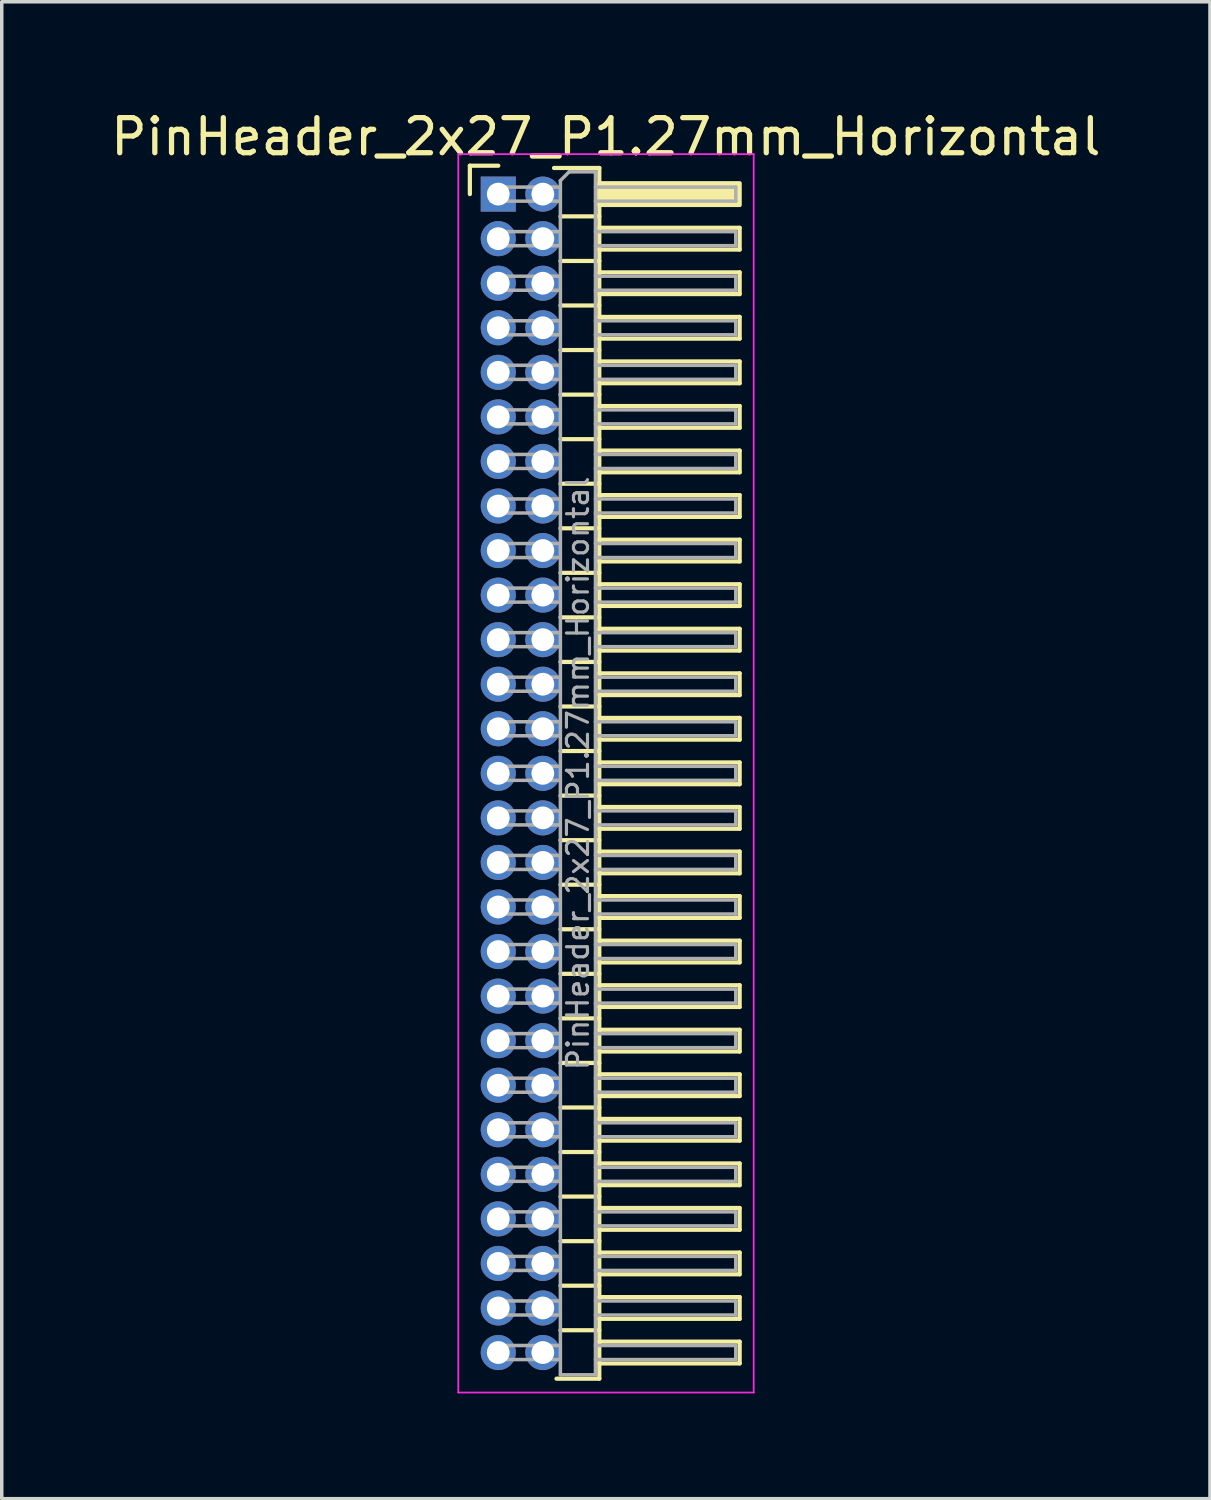
<source format=kicad_pcb>
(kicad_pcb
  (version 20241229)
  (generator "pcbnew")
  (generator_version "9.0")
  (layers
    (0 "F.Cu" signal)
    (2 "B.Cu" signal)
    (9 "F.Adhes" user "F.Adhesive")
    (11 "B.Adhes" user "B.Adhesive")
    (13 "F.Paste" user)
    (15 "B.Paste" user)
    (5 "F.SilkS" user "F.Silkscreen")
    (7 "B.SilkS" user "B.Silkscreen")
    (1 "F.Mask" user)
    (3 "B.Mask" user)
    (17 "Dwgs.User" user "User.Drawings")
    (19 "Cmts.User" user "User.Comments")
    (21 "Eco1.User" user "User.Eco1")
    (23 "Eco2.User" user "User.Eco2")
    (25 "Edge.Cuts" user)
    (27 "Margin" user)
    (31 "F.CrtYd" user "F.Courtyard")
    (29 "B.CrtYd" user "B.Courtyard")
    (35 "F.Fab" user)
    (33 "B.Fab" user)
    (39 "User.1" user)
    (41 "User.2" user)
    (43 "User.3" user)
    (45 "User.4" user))
  (footprint "PinHeader_2x27_P1.27mm_Horizontal"
    (layer "F.Cu")
    (at 11.153 2.483)
    (property "Reference" "PinHeader_2x27_P1.27mm_Horizontal" (at 3.067 -1.635 0) (layer "F.SilkS") (effects (font (size 1 1) (thickness 0.15))))
    (attr through_hole)
    (fp_line (start -0.81 -0.81) (end 0 -0.81) (stroke (width 0.12) (type solid)) (layer "F.SilkS"))
    (fp_line (start -0.81 0) (end -0.81 -0.81) (stroke (width 0.12) (type solid)) (layer "F.SilkS"))
    (fp_line (start 1.588 -0.745) (end 2.88 -0.745) (stroke (width 0.12) (type solid)) (layer "F.SilkS"))
    (fp_line (start 1.773 0.635) (end 2.88 0.635) (stroke (width 0.12) (type solid)) (layer "F.SilkS"))
    (fp_line (start 1.773 1.905) (end 2.88 1.905) (stroke (width 0.12) (type solid)) (layer "F.SilkS"))
    (fp_line (start 1.773 3.175) (end 2.88 3.175) (stroke (width 0.12) (type solid)) (layer "F.SilkS"))
    (fp_line (start 1.773 4.445) (end 2.88 4.445) (stroke (width 0.12) (type solid)) (layer "F.SilkS"))
    (fp_line (start 1.773 5.715) (end 2.88 5.715) (stroke (width 0.12) (type solid)) (layer "F.SilkS"))
    (fp_line (start 1.773 6.985) (end 2.88 6.985) (stroke (width 0.12) (type solid)) (layer "F.SilkS"))
    (fp_line (start 1.773 8.255) (end 2.88 8.255) (stroke (width 0.12) (type solid)) (layer "F.SilkS"))
    (fp_line (start 1.773 9.525) (end 2.88 9.525) (stroke (width 0.12) (type solid)) (layer "F.SilkS"))
    (fp_line (start 1.773 10.795) (end 2.88 10.795) (stroke (width 0.12) (type solid)) (layer "F.SilkS"))
    (fp_line (start 1.773 12.065) (end 2.88 12.065) (stroke (width 0.12) (type solid)) (layer "F.SilkS"))
    (fp_line (start 1.773 13.335) (end 2.88 13.335) (stroke (width 0.12) (type solid)) (layer "F.SilkS"))
    (fp_line (start 1.773 14.605) (end 2.88 14.605) (stroke (width 0.12) (type solid)) (layer "F.SilkS"))
    (fp_line (start 1.773 15.875) (end 2.88 15.875) (stroke (width 0.12) (type solid)) (layer "F.SilkS"))
    (fp_line (start 1.773 17.145) (end 2.88 17.145) (stroke (width 0.12) (type solid)) (layer "F.SilkS"))
    (fp_line (start 1.773 18.415) (end 2.88 18.415) (stroke (width 0.12) (type solid)) (layer "F.SilkS"))
    (fp_line (start 1.773 19.685) (end 2.88 19.685) (stroke (width 0.12) (type solid)) (layer "F.SilkS"))
    (fp_line (start 1.773 20.955) (end 2.88 20.955) (stroke (width 0.12) (type solid)) (layer "F.SilkS"))
    (fp_line (start 1.773 22.225) (end 2.88 22.225) (stroke (width 0.12) (type solid)) (layer "F.SilkS"))
    (fp_line (start 1.773 23.495) (end 2.88 23.495) (stroke (width 0.12) (type solid)) (layer "F.SilkS"))
    (fp_line (start 1.773 24.765) (end 2.88 24.765) (stroke (width 0.12) (type solid)) (layer "F.SilkS"))
    (fp_line (start 1.773 26.035) (end 2.88 26.035) (stroke (width 0.12) (type solid)) (layer "F.SilkS"))
    (fp_line (start 1.773 27.305) (end 2.88 27.305) (stroke (width 0.12) (type solid)) (layer "F.SilkS"))
    (fp_line (start 1.773 28.575) (end 2.88 28.575) (stroke (width 0.12) (type solid)) (layer "F.SilkS"))
    (fp_line (start 1.773 29.845) (end 2.88 29.845) (stroke (width 0.12) (type solid)) (layer "F.SilkS"))
    (fp_line (start 1.773 31.115) (end 2.88 31.115) (stroke (width 0.12) (type solid)) (layer "F.SilkS"))
    (fp_line (start 1.773 32.385) (end 2.88 32.385) (stroke (width 0.12) (type solid)) (layer "F.SilkS"))
    (fp_line (start 2.88 -0.745) (end 2.88 33.765) (stroke (width 0.12) (type solid)) (layer "F.SilkS"))
    (fp_line (start 2.88 0.96) (end 6.88 0.96) (stroke (width 0.12) (type solid)) (layer "F.SilkS"))
    (fp_line (start 2.88 2.23) (end 6.88 2.23) (stroke (width 0.12) (type solid)) (layer "F.SilkS"))
    (fp_line (start 2.88 3.5) (end 6.88 3.5) (stroke (width 0.12) (type solid)) (layer "F.SilkS"))
    (fp_line (start 2.88 4.77) (end 6.88 4.77) (stroke (width 0.12) (type solid)) (layer "F.SilkS"))
    (fp_line (start 2.88 6.04) (end 6.88 6.04) (stroke (width 0.12) (type solid)) (layer "F.SilkS"))
    (fp_line (start 2.88 7.31) (end 6.88 7.31) (stroke (width 0.12) (type solid)) (layer "F.SilkS"))
    (fp_line (start 2.88 8.58) (end 6.88 8.58) (stroke (width 0.12) (type solid)) (layer "F.SilkS"))
    (fp_line (start 2.88 9.85) (end 6.88 9.85) (stroke (width 0.12) (type solid)) (layer "F.SilkS"))
    (fp_line (start 2.88 11.12) (end 6.88 11.12) (stroke (width 0.12) (type solid)) (layer "F.SilkS"))
    (fp_line (start 2.88 12.39) (end 6.88 12.39) (stroke (width 0.12) (type solid)) (layer "F.SilkS"))
    (fp_line (start 2.88 13.66) (end 6.88 13.66) (stroke (width 0.12) (type solid)) (layer "F.SilkS"))
    (fp_line (start 2.88 14.93) (end 6.88 14.93) (stroke (width 0.12) (type solid)) (layer "F.SilkS"))
    (fp_line (start 2.88 16.2) (end 6.88 16.2) (stroke (width 0.12) (type solid)) (layer "F.SilkS"))
    (fp_line (start 2.88 17.47) (end 6.88 17.47) (stroke (width 0.12) (type solid)) (layer "F.SilkS"))
    (fp_line (start 2.88 18.74) (end 6.88 18.74) (stroke (width 0.12) (type solid)) (layer "F.SilkS"))
    (fp_line (start 2.88 20.01) (end 6.88 20.01) (stroke (width 0.12) (type solid)) (layer "F.SilkS"))
    (fp_line (start 2.88 21.28) (end 6.88 21.28) (stroke (width 0.12) (type solid)) (layer "F.SilkS"))
    (fp_line (start 2.88 22.55) (end 6.88 22.55) (stroke (width 0.12) (type solid)) (layer "F.SilkS"))
    (fp_line (start 2.88 23.82) (end 6.88 23.82) (stroke (width 0.12) (type solid)) (layer "F.SilkS"))
    (fp_line (start 2.88 25.09) (end 6.88 25.09) (stroke (width 0.12) (type solid)) (layer "F.SilkS"))
    (fp_line (start 2.88 26.36) (end 6.88 26.36) (stroke (width 0.12) (type solid)) (layer "F.SilkS"))
    (fp_line (start 2.88 27.63) (end 6.88 27.63) (stroke (width 0.12) (type solid)) (layer "F.SilkS"))
    (fp_line (start 2.88 28.9) (end 6.88 28.9) (stroke (width 0.12) (type solid)) (layer "F.SilkS"))
    (fp_line (start 2.88 30.17) (end 6.88 30.17) (stroke (width 0.12) (type solid)) (layer "F.SilkS"))
    (fp_line (start 2.88 31.44) (end 6.88 31.44) (stroke (width 0.12) (type solid)) (layer "F.SilkS"))
    (fp_line (start 2.88 32.71) (end 6.88 32.71) (stroke (width 0.12) (type solid)) (layer "F.SilkS"))
    (fp_line (start 2.88 33.765) (end 1.66 33.765) (stroke (width 0.12) (type solid)) (layer "F.SilkS"))
    (fp_line (start 6.88 0.96) (end 6.88 1.58) (stroke (width 0.12) (type solid)) (layer "F.SilkS"))
    (fp_line (start 6.88 1.58) (end 2.88 1.58) (stroke (width 0.12) (type solid)) (layer "F.SilkS"))
    (fp_line (start 6.88 2.23) (end 6.88 2.85) (stroke (width 0.12) (type solid)) (layer "F.SilkS"))
    (fp_line (start 6.88 2.85) (end 2.88 2.85) (stroke (width 0.12) (type solid)) (layer "F.SilkS"))
    (fp_line (start 6.88 3.5) (end 6.88 4.12) (stroke (width 0.12) (type solid)) (layer "F.SilkS"))
    (fp_line (start 6.88 4.12) (end 2.88 4.12) (stroke (width 0.12) (type solid)) (layer "F.SilkS"))
    (fp_line (start 6.88 4.77) (end 6.88 5.39) (stroke (width 0.12) (type solid)) (layer "F.SilkS"))
    (fp_line (start 6.88 5.39) (end 2.88 5.39) (stroke (width 0.12) (type solid)) (layer "F.SilkS"))
    (fp_line (start 6.88 6.04) (end 6.88 6.66) (stroke (width 0.12) (type solid)) (layer "F.SilkS"))
    (fp_line (start 6.88 6.66) (end 2.88 6.66) (stroke (width 0.12) (type solid)) (layer "F.SilkS"))
    (fp_line (start 6.88 7.31) (end 6.88 7.93) (stroke (width 0.12) (type solid)) (layer "F.SilkS"))
    (fp_line (start 6.88 7.93) (end 2.88 7.93) (stroke (width 0.12) (type solid)) (layer "F.SilkS"))
    (fp_line (start 6.88 8.58) (end 6.88 9.2) (stroke (width 0.12) (type solid)) (layer "F.SilkS"))
    (fp_line (start 6.88 9.2) (end 2.88 9.2) (stroke (width 0.12) (type solid)) (layer "F.SilkS"))
    (fp_line (start 6.88 9.85) (end 6.88 10.47) (stroke (width 0.12) (type solid)) (layer "F.SilkS"))
    (fp_line (start 6.88 10.47) (end 2.88 10.47) (stroke (width 0.12) (type solid)) (layer "F.SilkS"))
    (fp_line (start 6.88 11.12) (end 6.88 11.74) (stroke (width 0.12) (type solid)) (layer "F.SilkS"))
    (fp_line (start 6.88 11.74) (end 2.88 11.74) (stroke (width 0.12) (type solid)) (layer "F.SilkS"))
    (fp_line (start 6.88 12.39) (end 6.88 13.01) (stroke (width 0.12) (type solid)) (layer "F.SilkS"))
    (fp_line (start 6.88 13.01) (end 2.88 13.01) (stroke (width 0.12) (type solid)) (layer "F.SilkS"))
    (fp_line (start 6.88 13.66) (end 6.88 14.28) (stroke (width 0.12) (type solid)) (layer "F.SilkS"))
    (fp_line (start 6.88 14.28) (end 2.88 14.28) (stroke (width 0.12) (type solid)) (layer "F.SilkS"))
    (fp_line (start 6.88 14.93) (end 6.88 15.55) (stroke (width 0.12) (type solid)) (layer "F.SilkS"))
    (fp_line (start 6.88 15.55) (end 2.88 15.55) (stroke (width 0.12) (type solid)) (layer "F.SilkS"))
    (fp_line (start 6.88 16.2) (end 6.88 16.82) (stroke (width 0.12) (type solid)) (layer "F.SilkS"))
    (fp_line (start 6.88 16.82) (end 2.88 16.82) (stroke (width 0.12) (type solid)) (layer "F.SilkS"))
    (fp_line (start 6.88 17.47) (end 6.88 18.09) (stroke (width 0.12) (type solid)) (layer "F.SilkS"))
    (fp_line (start 6.88 18.09) (end 2.88 18.09) (stroke (width 0.12) (type solid)) (layer "F.SilkS"))
    (fp_line (start 6.88 18.74) (end 6.88 19.36) (stroke (width 0.12) (type solid)) (layer "F.SilkS"))
    (fp_line (start 6.88 19.36) (end 2.88 19.36) (stroke (width 0.12) (type solid)) (layer "F.SilkS"))
    (fp_line (start 6.88 20.01) (end 6.88 20.63) (stroke (width 0.12) (type solid)) (layer "F.SilkS"))
    (fp_line (start 6.88 20.63) (end 2.88 20.63) (stroke (width 0.12) (type solid)) (layer "F.SilkS"))
    (fp_line (start 6.88 21.28) (end 6.88 21.9) (stroke (width 0.12) (type solid)) (layer "F.SilkS"))
    (fp_line (start 6.88 21.9) (end 2.88 21.9) (stroke (width 0.12) (type solid)) (layer "F.SilkS"))
    (fp_line (start 6.88 22.55) (end 6.88 23.17) (stroke (width 0.12) (type solid)) (layer "F.SilkS"))
    (fp_line (start 6.88 23.17) (end 2.88 23.17) (stroke (width 0.12) (type solid)) (layer "F.SilkS"))
    (fp_line (start 6.88 23.82) (end 6.88 24.44) (stroke (width 0.12) (type solid)) (layer "F.SilkS"))
    (fp_line (start 6.88 24.44) (end 2.88 24.44) (stroke (width 0.12) (type solid)) (layer "F.SilkS"))
    (fp_line (start 6.88 25.09) (end 6.88 25.71) (stroke (width 0.12) (type solid)) (layer "F.SilkS"))
    (fp_line (start 6.88 25.71) (end 2.88 25.71) (stroke (width 0.12) (type solid)) (layer "F.SilkS"))
    (fp_line (start 6.88 26.36) (end 6.88 26.98) (stroke (width 0.12) (type solid)) (layer "F.SilkS"))
    (fp_line (start 6.88 26.98) (end 2.88 26.98) (stroke (width 0.12) (type solid)) (layer "F.SilkS"))
    (fp_line (start 6.88 27.63) (end 6.88 28.25) (stroke (width 0.12) (type solid)) (layer "F.SilkS"))
    (fp_line (start 6.88 28.25) (end 2.88 28.25) (stroke (width 0.12) (type solid)) (layer "F.SilkS"))
    (fp_line (start 6.88 28.9) (end 6.88 29.52) (stroke (width 0.12) (type solid)) (layer "F.SilkS"))
    (fp_line (start 6.88 29.52) (end 2.88 29.52) (stroke (width 0.12) (type solid)) (layer "F.SilkS"))
    (fp_line (start 6.88 30.17) (end 6.88 30.79) (stroke (width 0.12) (type solid)) (layer "F.SilkS"))
    (fp_line (start 6.88 30.79) (end 2.88 30.79) (stroke (width 0.12) (type solid)) (layer "F.SilkS"))
    (fp_line (start 6.88 31.44) (end 6.88 32.06) (stroke (width 0.12) (type solid)) (layer "F.SilkS"))
    (fp_line (start 6.88 32.06) (end 2.88 32.06) (stroke (width 0.12) (type solid)) (layer "F.SilkS"))
    (fp_line (start 6.88 32.71) (end 6.88 33.33) (stroke (width 0.12) (type solid)) (layer "F.SilkS"))
    (fp_line (start 6.88 33.33) (end 2.88 33.33) (stroke (width 0.12) (type solid)) (layer "F.SilkS"))
    (fp_rect (start 2.88 -0.31) (end 6.88 0.31) (stroke (width 0.12) (type solid)) (fill yes) (layer "F.SilkS"))
    (fp_line (start -1.14 -1.14) (end -1.14 34.16) (stroke (width 0.05) (type solid)) (layer "F.CrtYd"))
    (fp_line (start -1.14 34.16) (end 7.28 34.16) (stroke (width 0.05) (type solid)) (layer "F.CrtYd"))
    (fp_line (start 7.28 -1.14) (end -1.14 -1.14) (stroke (width 0.05) (type solid)) (layer "F.CrtYd"))
    (fp_line (start 7.28 34.16) (end 7.28 -1.14) (stroke (width 0.05) (type solid)) (layer "F.CrtYd"))
    (fp_line (start -0.2 -0.2) (end -0.2 0.2) (stroke (width 0.1) (type solid)) (layer "F.Fab"))
    (fp_line (start -0.2 -0.2) (end 1.77 -0.2) (stroke (width 0.1) (type solid)) (layer "F.Fab"))
    (fp_line (start -0.2 0.2) (end 1.77 0.2) (stroke (width 0.1) (type solid)) (layer "F.Fab"))
    (fp_line (start -0.2 1.07) (end -0.2 1.47) (stroke (width 0.1) (type solid)) (layer "F.Fab"))
    (fp_line (start -0.2 1.07) (end 1.77 1.07) (stroke (width 0.1) (type solid)) (layer "F.Fab"))
    (fp_line (start -0.2 1.47) (end 1.77 1.47) (stroke (width 0.1) (type solid)) (layer "F.Fab"))
    (fp_line (start -0.2 2.34) (end -0.2 2.74) (stroke (width 0.1) (type solid)) (layer "F.Fab"))
    (fp_line (start -0.2 2.34) (end 1.77 2.34) (stroke (width 0.1) (type solid)) (layer "F.Fab"))
    (fp_line (start -0.2 2.74) (end 1.77 2.74) (stroke (width 0.1) (type solid)) (layer "F.Fab"))
    (fp_line (start -0.2 3.61) (end -0.2 4.01) (stroke (width 0.1) (type solid)) (layer "F.Fab"))
    (fp_line (start -0.2 3.61) (end 1.77 3.61) (stroke (width 0.1) (type solid)) (layer "F.Fab"))
    (fp_line (start -0.2 4.01) (end 1.77 4.01) (stroke (width 0.1) (type solid)) (layer "F.Fab"))
    (fp_line (start -0.2 4.88) (end -0.2 5.28) (stroke (width 0.1) (type solid)) (layer "F.Fab"))
    (fp_line (start -0.2 4.88) (end 1.77 4.88) (stroke (width 0.1) (type solid)) (layer "F.Fab"))
    (fp_line (start -0.2 5.28) (end 1.77 5.28) (stroke (width 0.1) (type solid)) (layer "F.Fab"))
    (fp_line (start -0.2 6.15) (end -0.2 6.55) (stroke (width 0.1) (type solid)) (layer "F.Fab"))
    (fp_line (start -0.2 6.15) (end 1.77 6.15) (stroke (width 0.1) (type solid)) (layer "F.Fab"))
    (fp_line (start -0.2 6.55) (end 1.77 6.55) (stroke (width 0.1) (type solid)) (layer "F.Fab"))
    (fp_line (start -0.2 7.42) (end -0.2 7.82) (stroke (width 0.1) (type solid)) (layer "F.Fab"))
    (fp_line (start -0.2 7.42) (end 1.77 7.42) (stroke (width 0.1) (type solid)) (layer "F.Fab"))
    (fp_line (start -0.2 7.82) (end 1.77 7.82) (stroke (width 0.1) (type solid)) (layer "F.Fab"))
    (fp_line (start -0.2 8.69) (end -0.2 9.09) (stroke (width 0.1) (type solid)) (layer "F.Fab"))
    (fp_line (start -0.2 8.69) (end 1.77 8.69) (stroke (width 0.1) (type solid)) (layer "F.Fab"))
    (fp_line (start -0.2 9.09) (end 1.77 9.09) (stroke (width 0.1) (type solid)) (layer "F.Fab"))
    (fp_line (start -0.2 9.96) (end -0.2 10.36) (stroke (width 0.1) (type solid)) (layer "F.Fab"))
    (fp_line (start -0.2 9.96) (end 1.77 9.96) (stroke (width 0.1) (type solid)) (layer "F.Fab"))
    (fp_line (start -0.2 10.36) (end 1.77 10.36) (stroke (width 0.1) (type solid)) (layer "F.Fab"))
    (fp_line (start -0.2 11.23) (end -0.2 11.63) (stroke (width 0.1) (type solid)) (layer "F.Fab"))
    (fp_line (start -0.2 11.23) (end 1.77 11.23) (stroke (width 0.1) (type solid)) (layer "F.Fab"))
    (fp_line (start -0.2 11.63) (end 1.77 11.63) (stroke (width 0.1) (type solid)) (layer "F.Fab"))
    (fp_line (start -0.2 12.5) (end -0.2 12.9) (stroke (width 0.1) (type solid)) (layer "F.Fab"))
    (fp_line (start -0.2 12.5) (end 1.77 12.5) (stroke (width 0.1) (type solid)) (layer "F.Fab"))
    (fp_line (start -0.2 12.9) (end 1.77 12.9) (stroke (width 0.1) (type solid)) (layer "F.Fab"))
    (fp_line (start -0.2 13.77) (end -0.2 14.17) (stroke (width 0.1) (type solid)) (layer "F.Fab"))
    (fp_line (start -0.2 13.77) (end 1.77 13.77) (stroke (width 0.1) (type solid)) (layer "F.Fab"))
    (fp_line (start -0.2 14.17) (end 1.77 14.17) (stroke (width 0.1) (type solid)) (layer "F.Fab"))
    (fp_line (start -0.2 15.04) (end -0.2 15.44) (stroke (width 0.1) (type solid)) (layer "F.Fab"))
    (fp_line (start -0.2 15.04) (end 1.77 15.04) (stroke (width 0.1) (type solid)) (layer "F.Fab"))
    (fp_line (start -0.2 15.44) (end 1.77 15.44) (stroke (width 0.1) (type solid)) (layer "F.Fab"))
    (fp_line (start -0.2 16.31) (end -0.2 16.71) (stroke (width 0.1) (type solid)) (layer "F.Fab"))
    (fp_line (start -0.2 16.31) (end 1.77 16.31) (stroke (width 0.1) (type solid)) (layer "F.Fab"))
    (fp_line (start -0.2 16.71) (end 1.77 16.71) (stroke (width 0.1) (type solid)) (layer "F.Fab"))
    (fp_line (start -0.2 17.58) (end -0.2 17.98) (stroke (width 0.1) (type solid)) (layer "F.Fab"))
    (fp_line (start -0.2 17.58) (end 1.77 17.58) (stroke (width 0.1) (type solid)) (layer "F.Fab"))
    (fp_line (start -0.2 17.98) (end 1.77 17.98) (stroke (width 0.1) (type solid)) (layer "F.Fab"))
    (fp_line (start -0.2 18.85) (end -0.2 19.25) (stroke (width 0.1) (type solid)) (layer "F.Fab"))
    (fp_line (start -0.2 18.85) (end 1.77 18.85) (stroke (width 0.1) (type solid)) (layer "F.Fab"))
    (fp_line (start -0.2 19.25) (end 1.77 19.25) (stroke (width 0.1) (type solid)) (layer "F.Fab"))
    (fp_line (start -0.2 20.12) (end -0.2 20.52) (stroke (width 0.1) (type solid)) (layer "F.Fab"))
    (fp_line (start -0.2 20.12) (end 1.77 20.12) (stroke (width 0.1) (type solid)) (layer "F.Fab"))
    (fp_line (start -0.2 20.52) (end 1.77 20.52) (stroke (width 0.1) (type solid)) (layer "F.Fab"))
    (fp_line (start -0.2 21.39) (end -0.2 21.79) (stroke (width 0.1) (type solid)) (layer "F.Fab"))
    (fp_line (start -0.2 21.39) (end 1.77 21.39) (stroke (width 0.1) (type solid)) (layer "F.Fab"))
    (fp_line (start -0.2 21.79) (end 1.77 21.79) (stroke (width 0.1) (type solid)) (layer "F.Fab"))
    (fp_line (start -0.2 22.66) (end -0.2 23.06) (stroke (width 0.1) (type solid)) (layer "F.Fab"))
    (fp_line (start -0.2 22.66) (end 1.77 22.66) (stroke (width 0.1) (type solid)) (layer "F.Fab"))
    (fp_line (start -0.2 23.06) (end 1.77 23.06) (stroke (width 0.1) (type solid)) (layer "F.Fab"))
    (fp_line (start -0.2 23.93) (end -0.2 24.33) (stroke (width 0.1) (type solid)) (layer "F.Fab"))
    (fp_line (start -0.2 23.93) (end 1.77 23.93) (stroke (width 0.1) (type solid)) (layer "F.Fab"))
    (fp_line (start -0.2 24.33) (end 1.77 24.33) (stroke (width 0.1) (type solid)) (layer "F.Fab"))
    (fp_line (start -0.2 25.2) (end -0.2 25.6) (stroke (width 0.1) (type solid)) (layer "F.Fab"))
    (fp_line (start -0.2 25.2) (end 1.77 25.2) (stroke (width 0.1) (type solid)) (layer "F.Fab"))
    (fp_line (start -0.2 25.6) (end 1.77 25.6) (stroke (width 0.1) (type solid)) (layer "F.Fab"))
    (fp_line (start -0.2 26.47) (end -0.2 26.87) (stroke (width 0.1) (type solid)) (layer "F.Fab"))
    (fp_line (start -0.2 26.47) (end 1.77 26.47) (stroke (width 0.1) (type solid)) (layer "F.Fab"))
    (fp_line (start -0.2 26.87) (end 1.77 26.87) (stroke (width 0.1) (type solid)) (layer "F.Fab"))
    (fp_line (start -0.2 27.74) (end -0.2 28.14) (stroke (width 0.1) (type solid)) (layer "F.Fab"))
    (fp_line (start -0.2 27.74) (end 1.77 27.74) (stroke (width 0.1) (type solid)) (layer "F.Fab"))
    (fp_line (start -0.2 28.14) (end 1.77 28.14) (stroke (width 0.1) (type solid)) (layer "F.Fab"))
    (fp_line (start -0.2 29.01) (end -0.2 29.41) (stroke (width 0.1) (type solid)) (layer "F.Fab"))
    (fp_line (start -0.2 29.01) (end 1.77 29.01) (stroke (width 0.1) (type solid)) (layer "F.Fab"))
    (fp_line (start -0.2 29.41) (end 1.77 29.41) (stroke (width 0.1) (type solid)) (layer "F.Fab"))
    (fp_line (start -0.2 30.28) (end -0.2 30.68) (stroke (width 0.1) (type solid)) (layer "F.Fab"))
    (fp_line (start -0.2 30.28) (end 1.77 30.28) (stroke (width 0.1) (type solid)) (layer "F.Fab"))
    (fp_line (start -0.2 30.68) (end 1.77 30.68) (stroke (width 0.1) (type solid)) (layer "F.Fab"))
    (fp_line (start -0.2 31.55) (end -0.2 31.95) (stroke (width 0.1) (type solid)) (layer "F.Fab"))
    (fp_line (start -0.2 31.55) (end 1.77 31.55) (stroke (width 0.1) (type solid)) (layer "F.Fab"))
    (fp_line (start -0.2 31.95) (end 1.77 31.95) (stroke (width 0.1) (type solid)) (layer "F.Fab"))
    (fp_line (start -0.2 32.82) (end -0.2 33.22) (stroke (width 0.1) (type solid)) (layer "F.Fab"))
    (fp_line (start -0.2 32.82) (end 1.77 32.82) (stroke (width 0.1) (type solid)) (layer "F.Fab"))
    (fp_line (start -0.2 33.22) (end 1.77 33.22) (stroke (width 0.1) (type solid)) (layer "F.Fab"))
    (fp_line (start 1.77 -0.385) (end 2.02 -0.635) (stroke (width 0.1) (type solid)) (layer "F.Fab"))
    (fp_line (start 1.77 33.655) (end 1.77 -0.385) (stroke (width 0.1) (type solid)) (layer "F.Fab"))
    (fp_line (start 2.02 -0.635) (end 2.77 -0.635) (stroke (width 0.1) (type solid)) (layer "F.Fab"))
    (fp_line (start 2.77 -0.635) (end 2.77 33.655) (stroke (width 0.1) (type solid)) (layer "F.Fab"))
    (fp_line (start 2.77 -0.2) (end 6.77 -0.2) (stroke (width 0.1) (type solid)) (layer "F.Fab"))
    (fp_line (start 2.77 0.2) (end 6.77 0.2) (stroke (width 0.1) (type solid)) (layer "F.Fab"))
    (fp_line (start 2.77 1.07) (end 6.77 1.07) (stroke (width 0.1) (type solid)) (layer "F.Fab"))
    (fp_line (start 2.77 1.47) (end 6.77 1.47) (stroke (width 0.1) (type solid)) (layer "F.Fab"))
    (fp_line (start 2.77 2.34) (end 6.77 2.34) (stroke (width 0.1) (type solid)) (layer "F.Fab"))
    (fp_line (start 2.77 2.74) (end 6.77 2.74) (stroke (width 0.1) (type solid)) (layer "F.Fab"))
    (fp_line (start 2.77 3.61) (end 6.77 3.61) (stroke (width 0.1) (type solid)) (layer "F.Fab"))
    (fp_line (start 2.77 4.01) (end 6.77 4.01) (stroke (width 0.1) (type solid)) (layer "F.Fab"))
    (fp_line (start 2.77 4.88) (end 6.77 4.88) (stroke (width 0.1) (type solid)) (layer "F.Fab"))
    (fp_line (start 2.77 5.28) (end 6.77 5.28) (stroke (width 0.1) (type solid)) (layer "F.Fab"))
    (fp_line (start 2.77 6.15) (end 6.77 6.15) (stroke (width 0.1) (type solid)) (layer "F.Fab"))
    (fp_line (start 2.77 6.55) (end 6.77 6.55) (stroke (width 0.1) (type solid)) (layer "F.Fab"))
    (fp_line (start 2.77 7.42) (end 6.77 7.42) (stroke (width 0.1) (type solid)) (layer "F.Fab"))
    (fp_line (start 2.77 7.82) (end 6.77 7.82) (stroke (width 0.1) (type solid)) (layer "F.Fab"))
    (fp_line (start 2.77 8.69) (end 6.77 8.69) (stroke (width 0.1) (type solid)) (layer "F.Fab"))
    (fp_line (start 2.77 9.09) (end 6.77 9.09) (stroke (width 0.1) (type solid)) (layer "F.Fab"))
    (fp_line (start 2.77 9.96) (end 6.77 9.96) (stroke (width 0.1) (type solid)) (layer "F.Fab"))
    (fp_line (start 2.77 10.36) (end 6.77 10.36) (stroke (width 0.1) (type solid)) (layer "F.Fab"))
    (fp_line (start 2.77 11.23) (end 6.77 11.23) (stroke (width 0.1) (type solid)) (layer "F.Fab"))
    (fp_line (start 2.77 11.63) (end 6.77 11.63) (stroke (width 0.1) (type solid)) (layer "F.Fab"))
    (fp_line (start 2.77 12.5) (end 6.77 12.5) (stroke (width 0.1) (type solid)) (layer "F.Fab"))
    (fp_line (start 2.77 12.9) (end 6.77 12.9) (stroke (width 0.1) (type solid)) (layer "F.Fab"))
    (fp_line (start 2.77 13.77) (end 6.77 13.77) (stroke (width 0.1) (type solid)) (layer "F.Fab"))
    (fp_line (start 2.77 14.17) (end 6.77 14.17) (stroke (width 0.1) (type solid)) (layer "F.Fab"))
    (fp_line (start 2.77 15.04) (end 6.77 15.04) (stroke (width 0.1) (type solid)) (layer "F.Fab"))
    (fp_line (start 2.77 15.44) (end 6.77 15.44) (stroke (width 0.1) (type solid)) (layer "F.Fab"))
    (fp_line (start 2.77 16.31) (end 6.77 16.31) (stroke (width 0.1) (type solid)) (layer "F.Fab"))
    (fp_line (start 2.77 16.71) (end 6.77 16.71) (stroke (width 0.1) (type solid)) (layer "F.Fab"))
    (fp_line (start 2.77 17.58) (end 6.77 17.58) (stroke (width 0.1) (type solid)) (layer "F.Fab"))
    (fp_line (start 2.77 17.98) (end 6.77 17.98) (stroke (width 0.1) (type solid)) (layer "F.Fab"))
    (fp_line (start 2.77 18.85) (end 6.77 18.85) (stroke (width 0.1) (type solid)) (layer "F.Fab"))
    (fp_line (start 2.77 19.25) (end 6.77 19.25) (stroke (width 0.1) (type solid)) (layer "F.Fab"))
    (fp_line (start 2.77 20.12) (end 6.77 20.12) (stroke (width 0.1) (type solid)) (layer "F.Fab"))
    (fp_line (start 2.77 20.52) (end 6.77 20.52) (stroke (width 0.1) (type solid)) (layer "F.Fab"))
    (fp_line (start 2.77 21.39) (end 6.77 21.39) (stroke (width 0.1) (type solid)) (layer "F.Fab"))
    (fp_line (start 2.77 21.79) (end 6.77 21.79) (stroke (width 0.1) (type solid)) (layer "F.Fab"))
    (fp_line (start 2.77 22.66) (end 6.77 22.66) (stroke (width 0.1) (type solid)) (layer "F.Fab"))
    (fp_line (start 2.77 23.06) (end 6.77 23.06) (stroke (width 0.1) (type solid)) (layer "F.Fab"))
    (fp_line (start 2.77 23.93) (end 6.77 23.93) (stroke (width 0.1) (type solid)) (layer "F.Fab"))
    (fp_line (start 2.77 24.33) (end 6.77 24.33) (stroke (width 0.1) (type solid)) (layer "F.Fab"))
    (fp_line (start 2.77 25.2) (end 6.77 25.2) (stroke (width 0.1) (type solid)) (layer "F.Fab"))
    (fp_line (start 2.77 25.6) (end 6.77 25.6) (stroke (width 0.1) (type solid)) (layer "F.Fab"))
    (fp_line (start 2.77 26.47) (end 6.77 26.47) (stroke (width 0.1) (type solid)) (layer "F.Fab"))
    (fp_line (start 2.77 26.87) (end 6.77 26.87) (stroke (width 0.1) (type solid)) (layer "F.Fab"))
    (fp_line (start 2.77 27.74) (end 6.77 27.74) (stroke (width 0.1) (type solid)) (layer "F.Fab"))
    (fp_line (start 2.77 28.14) (end 6.77 28.14) (stroke (width 0.1) (type solid)) (layer "F.Fab"))
    (fp_line (start 2.77 29.01) (end 6.77 29.01) (stroke (width 0.1) (type solid)) (layer "F.Fab"))
    (fp_line (start 2.77 29.41) (end 6.77 29.41) (stroke (width 0.1) (type solid)) (layer "F.Fab"))
    (fp_line (start 2.77 30.28) (end 6.77 30.28) (stroke (width 0.1) (type solid)) (layer "F.Fab"))
    (fp_line (start 2.77 30.68) (end 6.77 30.68) (stroke (width 0.1) (type solid)) (layer "F.Fab"))
    (fp_line (start 2.77 31.55) (end 6.77 31.55) (stroke (width 0.1) (type solid)) (layer "F.Fab"))
    (fp_line (start 2.77 31.95) (end 6.77 31.95) (stroke (width 0.1) (type solid)) (layer "F.Fab"))
    (fp_line (start 2.77 32.82) (end 6.77 32.82) (stroke (width 0.1) (type solid)) (layer "F.Fab"))
    (fp_line (start 2.77 33.22) (end 6.77 33.22) (stroke (width 0.1) (type solid)) (layer "F.Fab"))
    (fp_line (start 2.77 33.655) (end 1.77 33.655) (stroke (width 0.1) (type solid)) (layer "F.Fab"))
    (fp_line (start 6.77 -0.2) (end 6.77 0.2) (stroke (width 0.1) (type solid)) (layer "F.Fab"))
    (fp_line (start 6.77 1.07) (end 6.77 1.47) (stroke (width 0.1) (type solid)) (layer "F.Fab"))
    (fp_line (start 6.77 2.34) (end 6.77 2.74) (stroke (width 0.1) (type solid)) (layer "F.Fab"))
    (fp_line (start 6.77 3.61) (end 6.77 4.01) (stroke (width 0.1) (type solid)) (layer "F.Fab"))
    (fp_line (start 6.77 4.88) (end 6.77 5.28) (stroke (width 0.1) (type solid)) (layer "F.Fab"))
    (fp_line (start 6.77 6.15) (end 6.77 6.55) (stroke (width 0.1) (type solid)) (layer "F.Fab"))
    (fp_line (start 6.77 7.42) (end 6.77 7.82) (stroke (width 0.1) (type solid)) (layer "F.Fab"))
    (fp_line (start 6.77 8.69) (end 6.77 9.09) (stroke (width 0.1) (type solid)) (layer "F.Fab"))
    (fp_line (start 6.77 9.96) (end 6.77 10.36) (stroke (width 0.1) (type solid)) (layer "F.Fab"))
    (fp_line (start 6.77 11.23) (end 6.77 11.63) (stroke (width 0.1) (type solid)) (layer "F.Fab"))
    (fp_line (start 6.77 12.5) (end 6.77 12.9) (stroke (width 0.1) (type solid)) (layer "F.Fab"))
    (fp_line (start 6.77 13.77) (end 6.77 14.17) (stroke (width 0.1) (type solid)) (layer "F.Fab"))
    (fp_line (start 6.77 15.04) (end 6.77 15.44) (stroke (width 0.1) (type solid)) (layer "F.Fab"))
    (fp_line (start 6.77 16.31) (end 6.77 16.71) (stroke (width 0.1) (type solid)) (layer "F.Fab"))
    (fp_line (start 6.77 17.58) (end 6.77 17.98) (stroke (width 0.1) (type solid)) (layer "F.Fab"))
    (fp_line (start 6.77 18.85) (end 6.77 19.25) (stroke (width 0.1) (type solid)) (layer "F.Fab"))
    (fp_line (start 6.77 20.12) (end 6.77 20.52) (stroke (width 0.1) (type solid)) (layer "F.Fab"))
    (fp_line (start 6.77 21.39) (end 6.77 21.79) (stroke (width 0.1) (type solid)) (layer "F.Fab"))
    (fp_line (start 6.77 22.66) (end 6.77 23.06) (stroke (width 0.1) (type solid)) (layer "F.Fab"))
    (fp_line (start 6.77 23.93) (end 6.77 24.33) (stroke (width 0.1) (type solid)) (layer "F.Fab"))
    (fp_line (start 6.77 25.2) (end 6.77 25.6) (stroke (width 0.1) (type solid)) (layer "F.Fab"))
    (fp_line (start 6.77 26.47) (end 6.77 26.87) (stroke (width 0.1) (type solid)) (layer "F.Fab"))
    (fp_line (start 6.77 27.74) (end 6.77 28.14) (stroke (width 0.1) (type solid)) (layer "F.Fab"))
    (fp_line (start 6.77 29.01) (end 6.77 29.41) (stroke (width 0.1) (type solid)) (layer "F.Fab"))
    (fp_line (start 6.77 30.28) (end 6.77 30.68) (stroke (width 0.1) (type solid)) (layer "F.Fab"))
    (fp_line (start 6.77 31.55) (end 6.77 31.95) (stroke (width 0.1) (type solid)) (layer "F.Fab"))
    (fp_line (start 6.77 32.82) (end 6.77 33.22) (stroke (width 0.1) (type solid)) (layer "F.Fab"))
    (fp_text user "${REFERENCE}" (at 2.27 16.51 90) (layer "F.Fab") (effects (font (size 0.6 0.6) (thickness 0.09))))
    (pad "1" thru_hole rect (at 0 0) (size 1 1) (drill 0.65) (layers "*.Cu" "*.Mask"))
    (pad "2" thru_hole circle (at 1.27 0) (size 1 1) (drill 0.65) (layers "*.Cu" "*.Mask"))
    (pad "3" thru_hole circle (at 0 1.27) (size 1 1) (drill 0.65) (layers "*.Cu" "*.Mask"))
    (pad "4" thru_hole circle (at 1.27 1.27) (size 1 1) (drill 0.65) (layers "*.Cu" "*.Mask"))
    (pad "5" thru_hole circle (at 0 2.54) (size 1 1) (drill 0.65) (layers "*.Cu" "*.Mask"))
    (pad "6" thru_hole circle (at 1.27 2.54) (size 1 1) (drill 0.65) (layers "*.Cu" "*.Mask"))
    (pad "7" thru_hole circle (at 0 3.81) (size 1 1) (drill 0.65) (layers "*.Cu" "*.Mask"))
    (pad "8" thru_hole circle (at 1.27 3.81) (size 1 1) (drill 0.65) (layers "*.Cu" "*.Mask"))
    (pad "9" thru_hole circle (at 0 5.08) (size 1 1) (drill 0.65) (layers "*.Cu" "*.Mask"))
    (pad "10" thru_hole circle (at 1.27 5.08) (size 1 1) (drill 0.65) (layers "*.Cu" "*.Mask"))
    (pad "11" thru_hole circle (at 0 6.35) (size 1 1) (drill 0.65) (layers "*.Cu" "*.Mask"))
    (pad "12" thru_hole circle (at 1.27 6.35) (size 1 1) (drill 0.65) (layers "*.Cu" "*.Mask"))
    (pad "13" thru_hole circle (at 0 7.62) (size 1 1) (drill 0.65) (layers "*.Cu" "*.Mask"))
    (pad "14" thru_hole circle (at 1.27 7.62) (size 1 1) (drill 0.65) (layers "*.Cu" "*.Mask"))
    (pad "15" thru_hole circle (at 0 8.89) (size 1 1) (drill 0.65) (layers "*.Cu" "*.Mask"))
    (pad "16" thru_hole circle (at 1.27 8.89) (size 1 1) (drill 0.65) (layers "*.Cu" "*.Mask"))
    (pad "17" thru_hole circle (at 0 10.16) (size 1 1) (drill 0.65) (layers "*.Cu" "*.Mask"))
    (pad "18" thru_hole circle (at 1.27 10.16) (size 1 1) (drill 0.65) (layers "*.Cu" "*.Mask"))
    (pad "19" thru_hole circle (at 0 11.43) (size 1 1) (drill 0.65) (layers "*.Cu" "*.Mask"))
    (pad "20" thru_hole circle (at 1.27 11.43) (size 1 1) (drill 0.65) (layers "*.Cu" "*.Mask"))
    (pad "21" thru_hole circle (at 0 12.7) (size 1 1) (drill 0.65) (layers "*.Cu" "*.Mask"))
    (pad "22" thru_hole circle (at 1.27 12.7) (size 1 1) (drill 0.65) (layers "*.Cu" "*.Mask"))
    (pad "23" thru_hole circle (at 0 13.97) (size 1 1) (drill 0.65) (layers "*.Cu" "*.Mask"))
    (pad "24" thru_hole circle (at 1.27 13.97) (size 1 1) (drill 0.65) (layers "*.Cu" "*.Mask"))
    (pad "25" thru_hole circle (at 0 15.24) (size 1 1) (drill 0.65) (layers "*.Cu" "*.Mask"))
    (pad "26" thru_hole circle (at 1.27 15.24) (size 1 1) (drill 0.65) (layers "*.Cu" "*.Mask"))
    (pad "27" thru_hole circle (at 0 16.51) (size 1 1) (drill 0.65) (layers "*.Cu" "*.Mask"))
    (pad "28" thru_hole circle (at 1.27 16.51) (size 1 1) (drill 0.65) (layers "*.Cu" "*.Mask"))
    (pad "29" thru_hole circle (at 0 17.78) (size 1 1) (drill 0.65) (layers "*.Cu" "*.Mask"))
    (pad "30" thru_hole circle (at 1.27 17.78) (size 1 1) (drill 0.65) (layers "*.Cu" "*.Mask"))
    (pad "31" thru_hole circle (at 0 19.05) (size 1 1) (drill 0.65) (layers "*.Cu" "*.Mask"))
    (pad "32" thru_hole circle (at 1.27 19.05) (size 1 1) (drill 0.65) (layers "*.Cu" "*.Mask"))
    (pad "33" thru_hole circle (at 0 20.32) (size 1 1) (drill 0.65) (layers "*.Cu" "*.Mask"))
    (pad "34" thru_hole circle (at 1.27 20.32) (size 1 1) (drill 0.65) (layers "*.Cu" "*.Mask"))
    (pad "35" thru_hole circle (at 0 21.59) (size 1 1) (drill 0.65) (layers "*.Cu" "*.Mask"))
    (pad "36" thru_hole circle (at 1.27 21.59) (size 1 1) (drill 0.65) (layers "*.Cu" "*.Mask"))
    (pad "37" thru_hole circle (at 0 22.86) (size 1 1) (drill 0.65) (layers "*.Cu" "*.Mask"))
    (pad "38" thru_hole circle (at 1.27 22.86) (size 1 1) (drill 0.65) (layers "*.Cu" "*.Mask"))
    (pad "39" thru_hole circle (at 0 24.13) (size 1 1) (drill 0.65) (layers "*.Cu" "*.Mask"))
    (pad "40" thru_hole circle (at 1.27 24.13) (size 1 1) (drill 0.65) (layers "*.Cu" "*.Mask"))
    (pad "41" thru_hole circle (at 0 25.4) (size 1 1) (drill 0.65) (layers "*.Cu" "*.Mask"))
    (pad "42" thru_hole circle (at 1.27 25.4) (size 1 1) (drill 0.65) (layers "*.Cu" "*.Mask"))
    (pad "43" thru_hole circle (at 0 26.67) (size 1 1) (drill 0.65) (layers "*.Cu" "*.Mask"))
    (pad "44" thru_hole circle (at 1.27 26.67) (size 1 1) (drill 0.65) (layers "*.Cu" "*.Mask"))
    (pad "45" thru_hole circle (at 0 27.94) (size 1 1) (drill 0.65) (layers "*.Cu" "*.Mask"))
    (pad "46" thru_hole circle (at 1.27 27.94) (size 1 1) (drill 0.65) (layers "*.Cu" "*.Mask"))
    (pad "47" thru_hole circle (at 0 29.21) (size 1 1) (drill 0.65) (layers "*.Cu" "*.Mask"))
    (pad "48" thru_hole circle (at 1.27 29.21) (size 1 1) (drill 0.65) (layers "*.Cu" "*.Mask"))
    (pad "49" thru_hole circle (at 0 30.48) (size 1 1) (drill 0.65) (layers "*.Cu" "*.Mask"))
    (pad "50" thru_hole circle (at 1.27 30.48) (size 1 1) (drill 0.65) (layers "*.Cu" "*.Mask"))
    (pad "51" thru_hole circle (at 0 31.75) (size 1 1) (drill 0.65) (layers "*.Cu" "*.Mask"))
    (pad "52" thru_hole circle (at 1.27 31.75) (size 1 1) (drill 0.65) (layers "*.Cu" "*.Mask"))
    (pad "53" thru_hole circle (at 0 33.02) (size 1 1) (drill 0.65) (layers "*.Cu" "*.Mask"))
    (pad "54" thru_hole circle (at 1.27 33.02) (size 1 1) (drill 0.65) (layers "*.Cu" "*.Mask")))
  (gr_rect
    (start -3 -3)
    (end 31.44 39.668)
    (stroke (width 0.1) (type default))
    (fill no)
    (layer "Edge.Cuts")))
</source>
